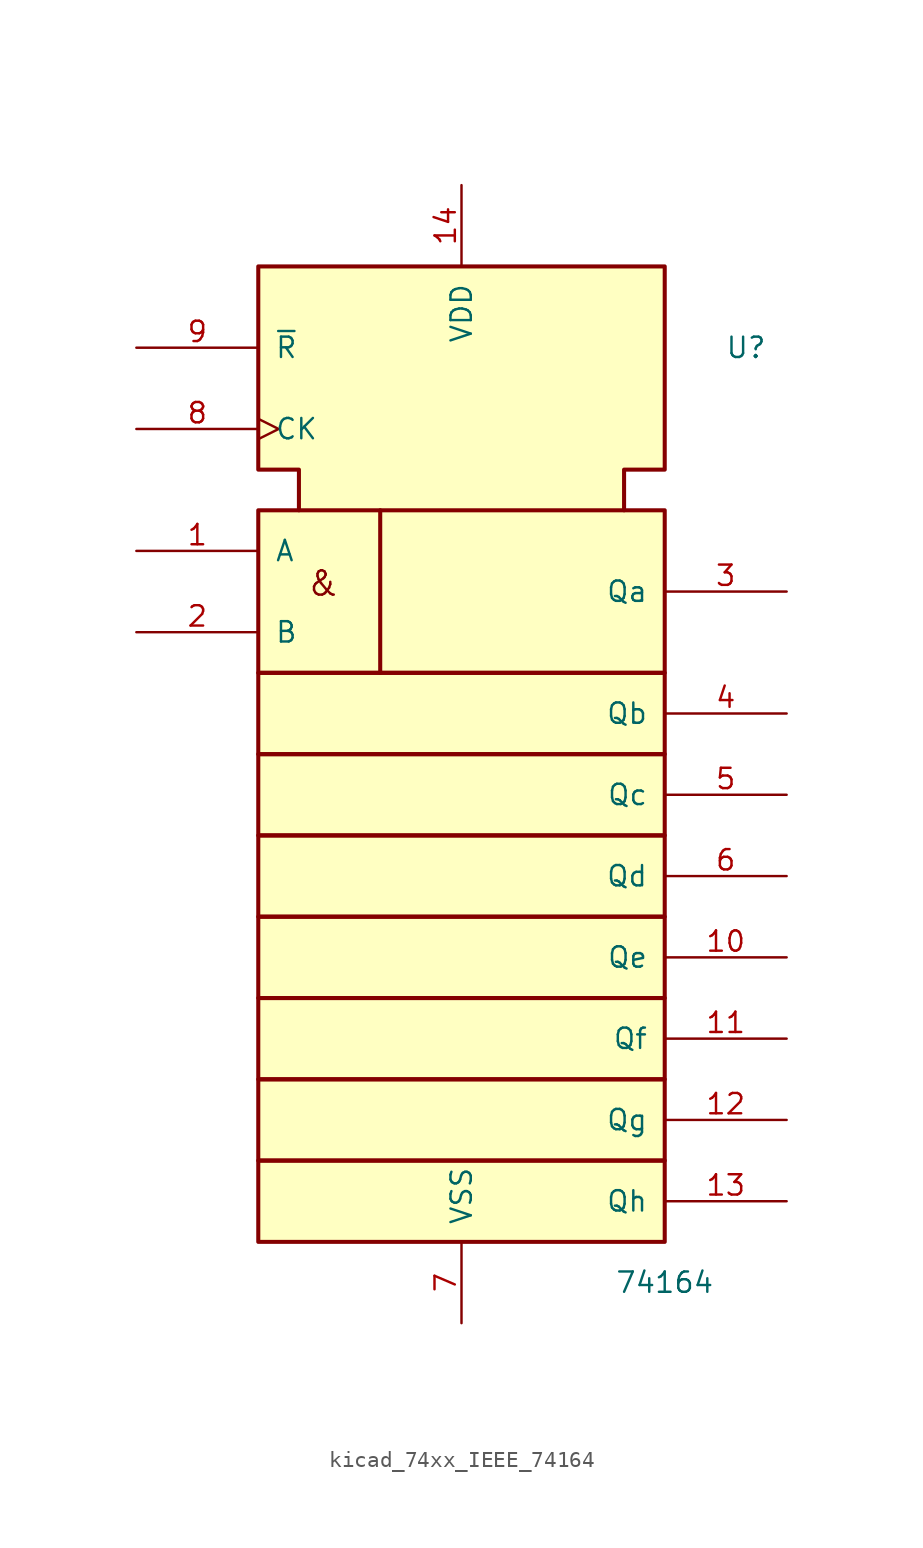
<source format=kicad_sym>
(kicad_symbol_lib
  (version 20220914)
  (generator kicad_symbol_editor)
  (symbol "kicad_74xx_IEEE_74164"
    (pin_names
      (offset 1.016))
    (property "Reference" "U"
      (at 17.78 12.7 0)
      (effects (font (size 1.27 1.27))))
    (property "Value" "74164"
      (at 12.7 -45.72 0)
      (effects (font (size 1.27 1.27))))
    (symbol "kicad_74xx_IEEE_74164_0_0"
      (text "&" (at -8.636 -2.032 0) (effects (font (size 1.524 1.524)))))
    (symbol "kicad_74xx_IEEE_74164_0_1"
      (rectangle (start -12.7 -38.1) (end 12.7 -43.18) (stroke (width 0.254) (type default)) (fill (type background)))
      (rectangle (start -12.7 -33.02) (end 12.7 -38.1) (stroke (width 0.254) (type default)) (fill (type background)))
      (rectangle (start -12.7 -27.94) (end 12.7 -33.02) (stroke (width 0.254) (type default)) (fill (type background)))
      (rectangle (start -12.7 -22.86) (end 12.7 -27.94) (stroke (width 0.254) (type default)) (fill (type background)))
      (rectangle (start -12.7 -17.78) (end 12.7 -22.86) (stroke (width 0.254) (type default)) (fill (type background)))
      (rectangle (start -12.7 -12.7) (end 12.7 -17.78) (stroke (width 0.254) (type default)) (fill (type background)))
      (rectangle (start -12.7 -7.62) (end 12.7 -12.7) (stroke (width 0.254) (type default)) (fill (type background)))
      (rectangle (start -12.7 2.54) (end 12.7 -7.62) (stroke (width 0.254) (type default)) (fill (type background)))
      (polyline (pts (xy -5.08 2.54) (xy -5.08 -7.62) (xy -5.08 -7.62)) (stroke (width 0.254) (type default)) (fill (type background)))
      (polyline (pts (xy -10.16 2.54) (xy -10.16 5.08) (xy -12.7 5.08) (xy -12.7 17.78) (xy 12.7 17.78) (xy 12.7 5.08) (xy 10.16 5.08) (xy 10.16 2.54) (xy 10.16 2.54)) (stroke (width 0.254) (type default)) (fill (type background))))
    (symbol "kicad_74xx_IEEE_74164_1_1"
      (pin input line (at -20.32 0 0) (length 7.62) (name "A" (effects (font (size 1.27 1.27)))) (number "1" (effects (font (size 1.27 1.27)))))
      (pin output line (at 20.32 -25.4 180) (length 7.62) (name "Qe" (effects (font (size 1.27 1.27)))) (number "10" (effects (font (size 1.27 1.27)))))
      (pin output line (at 20.32 -30.48 180) (length 7.62) (name "Qf" (effects (font (size 1.27 1.27)))) (number "11" (effects (font (size 1.27 1.27)))))
      (pin output line (at 20.32 -35.56 180) (length 7.62) (name "Qg" (effects (font (size 1.27 1.27)))) (number "12" (effects (font (size 1.27 1.27)))))
      (pin output line (at 20.32 -40.64 180) (length 7.62) (name "Qh" (effects (font (size 1.27 1.27)))) (number "13" (effects (font (size 1.27 1.27)))))
      (pin power_in line (at 0 22.86 270) (length 5.08) (name "VDD" (effects (font (size 1.27 1.27)))) (number "14" (effects (font (size 1.27 1.27)))))
      (pin input line (at -20.32 -5.08 0) (length 7.62) (name "B" (effects (font (size 1.27 1.27)))) (number "2" (effects (font (size 1.27 1.27)))))
      (pin output line (at 20.32 -2.54 180) (length 7.62) (name "Qa" (effects (font (size 1.27 1.27)))) (number "3" (effects (font (size 1.27 1.27)))))
      (pin output line (at 20.32 -10.16 180) (length 7.62) (name "Qb" (effects (font (size 1.27 1.27)))) (number "4" (effects (font (size 1.27 1.27)))))
      (pin output line (at 20.32 -15.24 180) (length 7.62) (name "Qc" (effects (font (size 1.27 1.27)))) (number "5" (effects (font (size 1.27 1.27)))))
      (pin output line (at 20.32 -20.32 180) (length 7.62) (name "Qd" (effects (font (size 1.27 1.27)))) (number "6" (effects (font (size 1.27 1.27)))))
      (pin power_in line (at 0 -48.26 90) (length 5.08) (name "VSS" (effects (font (size 1.27 1.27)))) (number "7" (effects (font (size 1.27 1.27)))))
      (pin input clock (at -20.32 7.62 0) (length 7.62) (name "CK" (effects (font (size 1.27 1.27)))) (number "8" (effects (font (size 1.27 1.27)))))
      (pin input line (at -20.32 12.7 0) (length 7.62) (name "~{R}" (effects (font (size 1.27 1.27)))) (number "9" (effects (font (size 1.27 1.27))))))))
</source>
